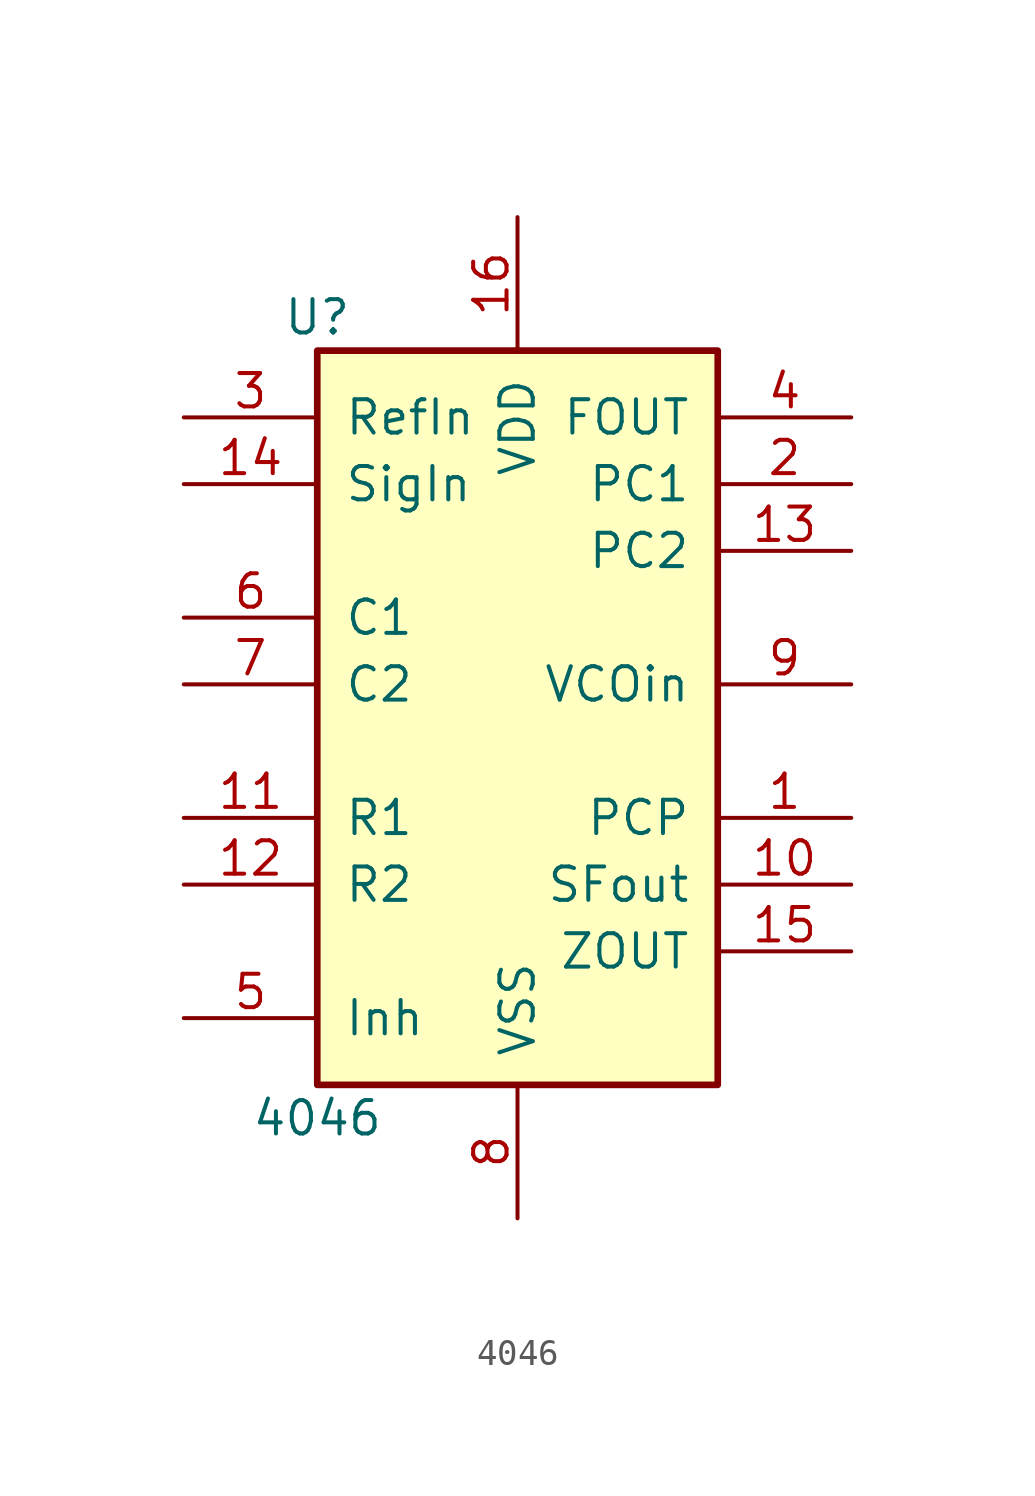
<source format=kicad_sym>
(kicad_symbol_lib
  (version 20220914)
  (generator kicad_symbol_editor)
  (symbol "4046"
    (pin_names
      (offset 1.016))
    (property "Reference" "U"
      (at -7.62 13.97 0)
      (effects (font (size 1.27 1.27))))
    (property "Value" "4046"
      (at -7.62 -16.51 0)
      (effects (font (size 1.27 1.27))))
    (property "ki_locked" ""
      (at 0 0 0)
      (effects (font (size 1.27 1.27))))
    (symbol "4046_1_0"
      (pin output line (at 12.7 -5.08 180) (length 5.08) (name "PCP" (effects (font (size 1.27 1.27)))) (number "1" (effects (font (size 1.27 1.27)))))
      (pin output line (at 12.7 -7.62 180) (length 5.08) (name "SFout" (effects (font (size 1.27 1.27)))) (number "10" (effects (font (size 1.27 1.27)))))
      (pin input line (at -12.7 -5.08 0) (length 5.08) (name "R1" (effects (font (size 1.27 1.27)))) (number "11" (effects (font (size 1.27 1.27)))))
      (pin input line (at -12.7 -7.62 0) (length 5.08) (name "R2" (effects (font (size 1.27 1.27)))) (number "12" (effects (font (size 1.27 1.27)))))
      (pin tri_state line (at 12.7 5.08 180) (length 5.08) (name "PC2" (effects (font (size 1.27 1.27)))) (number "13" (effects (font (size 1.27 1.27)))))
      (pin input line (at -12.7 7.62 0) (length 5.08) (name "SigIn" (effects (font (size 1.27 1.27)))) (number "14" (effects (font (size 1.27 1.27)))))
      (pin output line (at 12.7 -10.16 180) (length 5.08) (name "ZOUT" (effects (font (size 1.27 1.27)))) (number "15" (effects (font (size 1.27 1.27)))))
      (pin power_in line (at 0 17.78 270) (length 5.08) (name "VDD" (effects (font (size 1.27 1.27)))) (number "16" (effects (font (size 1.27 1.27)))))
      (pin output line (at 12.7 7.62 180) (length 5.08) (name "PC1" (effects (font (size 1.27 1.27)))) (number "2" (effects (font (size 1.27 1.27)))))
      (pin input line (at -12.7 10.16 0) (length 5.08) (name "RefIn" (effects (font (size 1.27 1.27)))) (number "3" (effects (font (size 1.27 1.27)))))
      (pin input line (at 12.7 10.16 180) (length 5.08) (name "FOUT" (effects (font (size 1.27 1.27)))) (number "4" (effects (font (size 1.27 1.27)))))
      (pin input line (at -12.7 -12.7 0) (length 5.08) (name "Inh" (effects (font (size 1.27 1.27)))) (number "5" (effects (font (size 1.27 1.27)))))
      (pin input line (at -12.7 2.54 0) (length 5.08) (name "C1" (effects (font (size 1.27 1.27)))) (number "6" (effects (font (size 1.27 1.27)))))
      (pin input line (at -12.7 0 0) (length 5.08) (name "C2" (effects (font (size 1.27 1.27)))) (number "7" (effects (font (size 1.27 1.27)))))
      (pin power_in line (at 0 -20.32 90) (length 5.08) (name "VSS" (effects (font (size 1.27 1.27)))) (number "8" (effects (font (size 1.27 1.27)))))
      (pin input line (at 12.7 0 180) (length 5.08) (name "VCOin" (effects (font (size 1.27 1.27)))) (number "9" (effects (font (size 1.27 1.27))))))
    (symbol "4046_1_1"
      (rectangle (start -7.62 12.7) (end 7.62 -15.24) (stroke (width 0.254) (type default)) (fill (type background))))))
</source>
